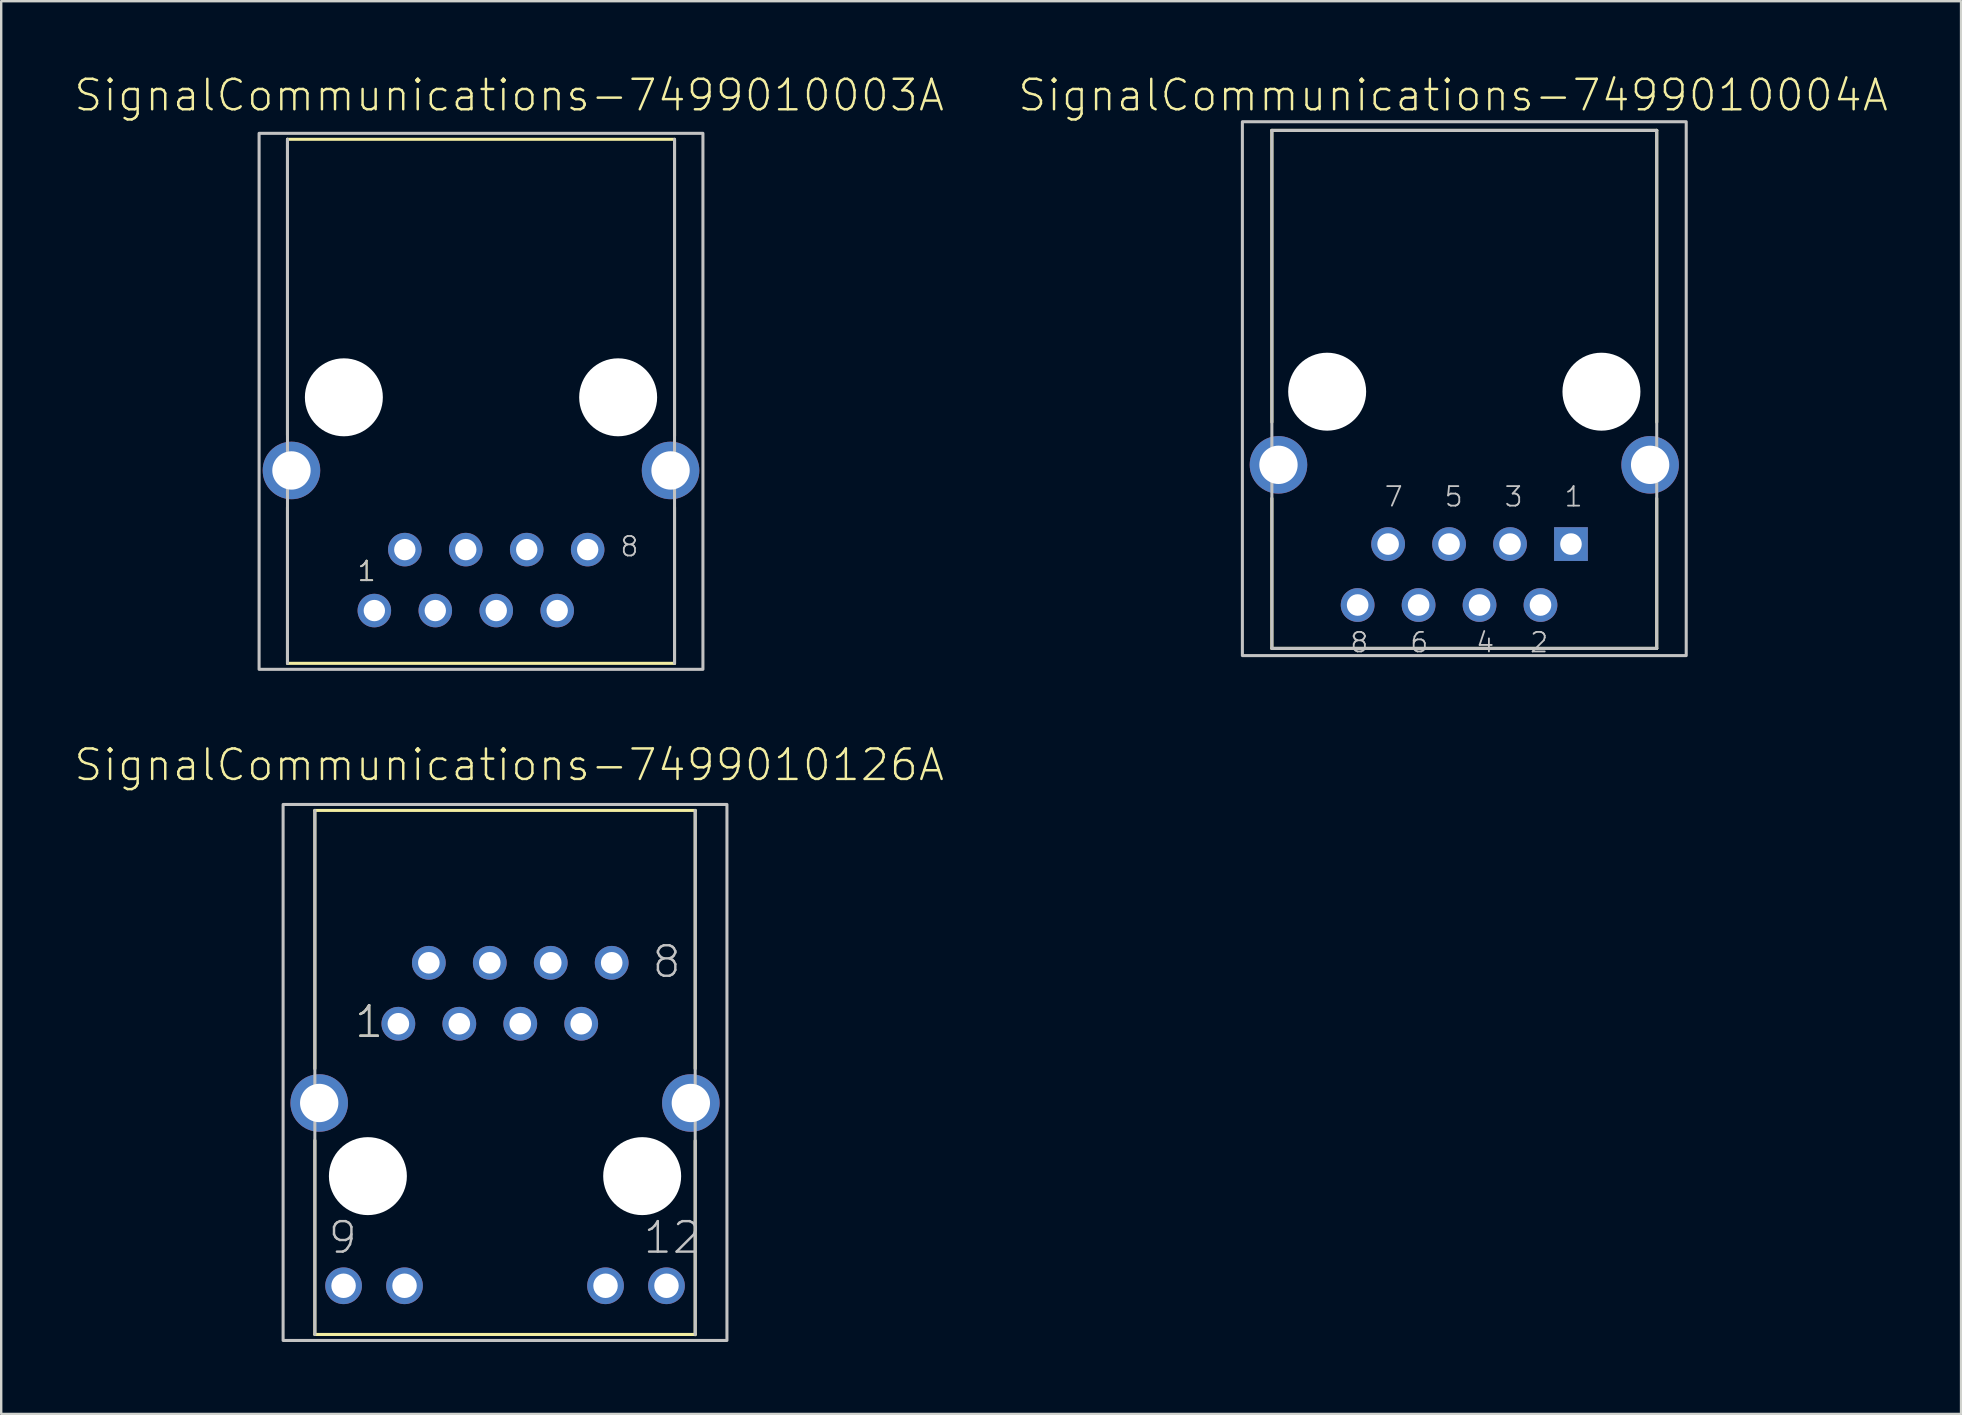
<source format=kicad_pcb>
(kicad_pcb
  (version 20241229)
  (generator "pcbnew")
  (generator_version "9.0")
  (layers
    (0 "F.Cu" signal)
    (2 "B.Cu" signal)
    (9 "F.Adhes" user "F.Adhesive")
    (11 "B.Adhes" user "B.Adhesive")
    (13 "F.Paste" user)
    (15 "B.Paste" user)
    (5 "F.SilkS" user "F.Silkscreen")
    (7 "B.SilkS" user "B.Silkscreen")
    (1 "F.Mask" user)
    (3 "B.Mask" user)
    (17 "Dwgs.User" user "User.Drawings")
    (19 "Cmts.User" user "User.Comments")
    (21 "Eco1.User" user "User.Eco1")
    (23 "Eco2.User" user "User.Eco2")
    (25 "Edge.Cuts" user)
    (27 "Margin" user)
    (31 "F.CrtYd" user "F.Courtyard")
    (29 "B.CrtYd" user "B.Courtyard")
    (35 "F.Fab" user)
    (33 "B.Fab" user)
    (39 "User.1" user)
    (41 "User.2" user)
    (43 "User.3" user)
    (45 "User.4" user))
  (footprint "SignalCommunications-7499010126A"
    (layer "F.Cu")
    (at 17.996 45.963)
    (property "Reference" "SignalCommunications-7499010126A" (at 0.173 -17.135 0) (layer "F.SilkS") (effects (font (size 1.27 1.27) (thickness 0.102))))
    (attr exclude_from_pos_files exclude_from_bom)
    (fp_line (start -7.925 -15.24) (end 7.925 -15.24) (stroke (width 0.127) (type solid)) (layer "F.SilkS"))
    (fp_line (start -7.925 -4.478) (end -7.925 -15.24) (stroke (width 0.127) (type solid)) (layer "F.SilkS"))
    (fp_line (start -7.925 -1.488) (end -7.925 6.599) (stroke (width 0.127) (type solid)) (layer "F.SilkS"))
    (fp_line (start 7.925 -4.478) (end 7.925 -15.24) (stroke (width 0.127) (type solid)) (layer "F.SilkS"))
    (fp_line (start 7.925 -1.478) (end 7.925 6.609) (stroke (width 0.127) (type solid)) (layer "F.SilkS"))
    (fp_line (start 7.925 6.599) (end -7.925 6.599) (stroke (width 0.127) (type solid)) (layer "F.SilkS"))
    (fp_line (start -7.925 6.599) (end -7.925 -15.24) (stroke (width 0.127) (type solid)) (layer "Dwgs.User"))
    (fp_line (start 7.925 -15.24) (end 7.925 6.599) (stroke (width 0.127) (type solid)) (layer "Dwgs.User"))
    (fp_poly (pts (xy -9.248 -15.489) (xy 9.248 -15.489) (xy 9.248 6.848) (xy -9.248 6.848) (xy -9.248 -15.489)) (stroke (width 0.127) (type solid)) (fill no) (layer "Dwgs.User"))
    (fp_text user "1" (at -5.664 -6.434 0) (layer "F.SilkS") (effects (font (size 1.27 1.27) (thickness 0.102))))
    (fp_text user "12" (at 6.97 2.563 0) (layer "Dwgs.User") (effects (font (size 1.27 1.27) (thickness 0.102))))
    (fp_text user "9" (at -6.764 2.563 0) (layer "Dwgs.User") (effects (font (size 1.27 1.27) (thickness 0.102))))
    (fp_text user "1" (at -5.664 -6.434 0) (layer "Dwgs.User") (effects (font (size 1.27 1.27) (thickness 0.102))))
    (fp_text user "8" (at 6.734 -8.933 0) (layer "Dwgs.User") (effects (font (size 1.27 1.27) (thickness 0.102))))
    (pad "" np_thru_hole circle (at -5.715 0) (size 3.249 3.249) (drill 3.249) (layers "*.Cu" "*.Mask"))
    (pad "" np_thru_hole circle (at 5.715 0) (size 3.249 3.249) (drill 3.249) (layers "*.Cu" "*.Mask"))
    (pad "1" thru_hole circle (at -4.445 -6.35) (size 1.407 1.407) (drill 0.899) (layers "*.Cu" "*.Paste" "*.Mask"))
    (pad "2" thru_hole circle (at -3.175 -8.89) (size 1.407 1.407) (drill 0.899) (layers "*.Cu" "*.Paste" "*.Mask"))
    (pad "3" thru_hole circle (at -1.905 -6.35) (size 1.407 1.407) (drill 0.899) (layers "*.Cu" "*.Paste" "*.Mask"))
    (pad "4" thru_hole circle (at -0.635 -8.89) (size 1.407 1.407) (drill 0.899) (layers "*.Cu" "*.Paste" "*.Mask"))
    (pad "5" thru_hole circle (at 0.635 -6.35) (size 1.407 1.407) (drill 0.899) (layers "*.Cu" "*.Paste" "*.Mask"))
    (pad "6" thru_hole circle (at 1.905 -8.89) (size 1.407 1.407) (drill 0.899) (layers "*.Cu" "*.Paste" "*.Mask"))
    (pad "7" thru_hole circle (at 3.175 -6.35) (size 1.407 1.407) (drill 0.899) (layers "*.Cu" "*.Paste" "*.Mask"))
    (pad "8" thru_hole circle (at 4.445 -8.89) (size 1.407 1.407) (drill 0.899) (layers "*.Cu" "*.Paste" "*.Mask"))
    (pad "9" thru_hole circle (at -6.728 4.569) (size 1.529 1.529) (drill 1.019) (layers "*.Cu" "*.Paste" "*.Mask"))
    (pad "10" thru_hole circle (at -4.188 4.569) (size 1.529 1.529) (drill 1.019) (layers "*.Cu" "*.Paste" "*.Mask"))
    (pad "11" thru_hole circle (at 4.188 4.569) (size 1.529 1.529) (drill 1.019) (layers "*.Cu" "*.Paste" "*.Mask"))
    (pad "12" thru_hole circle (at 6.728 4.569) (size 1.529 1.529) (drill 1.019) (layers "*.Cu" "*.Paste" "*.Mask"))
    (pad "SHEL" thru_hole circle (at -7.744 -3.048) (size 2.398 2.398) (drill 1.598) (layers "*.Cu" "*.Paste" "*.Mask"))
    (pad "SHEL" thru_hole circle (at 7.744 -3.048) (size 2.398 2.398) (drill 1.598) (layers "*.Cu" "*.Paste" "*.Mask")))
  (footprint "SignalCommunications-7499010003A"
    (layer "F.Cu")
    (at 16.995 16.555)
    (property "Reference" "SignalCommunications-7499010003A" (at 1.173 -15.634 0) (layer "F.SilkS") (effects (font (size 1.27 1.27) (thickness 0.102))))
    (attr exclude_from_pos_files exclude_from_bom)
    (fp_line (start -8.065 -13.8) (end 8.065 -13.8) (stroke (width 0.127) (type solid)) (layer "F.SilkS"))
    (fp_line (start -8.065 -1.468) (end -8.065 -13.8) (stroke (width 0.127) (type solid)) (layer "F.SilkS"))
    (fp_line (start -8.065 1.539) (end -8.065 8.039) (stroke (width 0.127) (type solid)) (layer "F.SilkS"))
    (fp_line (start 8.065 -1.438) (end 8.065 -13.769) (stroke (width 0.127) (type solid)) (layer "F.SilkS"))
    (fp_line (start 8.065 1.539) (end 8.065 8.039) (stroke (width 0.127) (type solid)) (layer "F.SilkS"))
    (fp_line (start 8.065 8.039) (end -8.065 8.039) (stroke (width 0.127) (type solid)) (layer "F.SilkS"))
    (fp_line (start -8.065 8.039) (end -8.065 -13.8) (stroke (width 0.127) (type solid)) (layer "Dwgs.User"))
    (fp_line (start 8.065 -13.8) (end 8.065 8.039) (stroke (width 0.127) (type solid)) (layer "Dwgs.User"))
    (fp_poly (pts (xy -9.248 -14.049) (xy 9.248 -14.049) (xy 9.248 8.288) (xy -9.248 8.288) (xy -9.248 -14.049)) (stroke (width 0.127) (type solid)) (fill no) (layer "Dwgs.User"))
    (fp_text user "1" (at -4.763 4.201 0) (layer "F.SilkS") (effects (font (size 0.813 0.813) (thickness 0.076))))
    (fp_text user "8" (at 6.185 3.172 0) (layer "Dwgs.User") (effects (font (size 0.813 0.813) (thickness 0.076))))
    (fp_text user "1" (at -4.773 4.201 0) (layer "Dwgs.User") (effects (font (size 0.813 0.813) (thickness 0.076))))
    (pad "" np_thru_hole circle (at -5.715 -3.048) (size 3.249 3.249) (drill 3.249) (layers "*.Cu" "*.Mask"))
    (pad "" np_thru_hole circle (at 5.715 -3.048) (size 3.249 3.249) (drill 3.249) (layers "*.Cu" "*.Mask"))
    (pad "1" thru_hole circle (at -4.445 5.839) (size 1.397 1.397) (drill 0.889) (layers "*.Cu" "*.Paste" "*.Mask"))
    (pad "2" thru_hole circle (at -3.175 3.299) (size 1.397 1.397) (drill 0.889) (layers "*.Cu" "*.Paste" "*.Mask"))
    (pad "3" thru_hole circle (at -1.905 5.839) (size 1.397 1.397) (drill 0.889) (layers "*.Cu" "*.Paste" "*.Mask"))
    (pad "4" thru_hole circle (at -0.635 3.299) (size 1.397 1.397) (drill 0.889) (layers "*.Cu" "*.Paste" "*.Mask"))
    (pad "5" thru_hole circle (at 0.635 5.839) (size 1.397 1.397) (drill 0.889) (layers "*.Cu" "*.Paste" "*.Mask"))
    (pad "6" thru_hole circle (at 1.905 3.299) (size 1.397 1.397) (drill 0.889) (layers "*.Cu" "*.Paste" "*.Mask"))
    (pad "7" thru_hole circle (at 3.175 5.839) (size 1.397 1.397) (drill 0.889) (layers "*.Cu" "*.Paste" "*.Mask"))
    (pad "8" thru_hole circle (at 4.445 3.299) (size 1.397 1.397) (drill 0.889) (layers "*.Cu" "*.Paste" "*.Mask"))
    (pad "SHEL" thru_hole circle (at -7.899 0) (size 2.398 2.398) (drill 1.598) (layers "*.Cu" "*.Paste" "*.Mask"))
    (pad "SHEL" thru_hole circle (at 7.899 0) (size 2.398 2.398) (drill 1.598) (layers "*.Cu" "*.Paste" "*.Mask")))
  (footprint "SignalCommunications-7499010004A"
    (layer "F.Cu")
    (at 57.972 13.273)
    (property "Reference" "SignalCommunications-7499010004A" (at -0.467 -12.352 0) (layer "F.SilkS") (effects (font (size 1.27 1.27) (thickness 0.102))))
    (attr exclude_from_pos_files exclude_from_bom)
    (fp_line (start -8.019 -10.889) (end 8.019 -10.889) (stroke (width 0.127) (type solid)) (layer "F.SilkS"))
    (fp_line (start -8.019 1.27) (end -8.019 -10.889) (stroke (width 0.127) (type solid)) (layer "F.SilkS"))
    (fp_line (start -8.019 10.698) (end -8.019 4.445) (stroke (width 0.127) (type solid)) (layer "F.SilkS"))
    (fp_line (start -8.019 10.698) (end 8.019 10.698) (stroke (width 0.127) (type solid)) (layer "F.SilkS"))
    (fp_line (start 8.019 1.27) (end 8.019 -10.889) (stroke (width 0.127) (type solid)) (layer "F.SilkS"))
    (fp_line (start 8.019 10.698) (end 8.019 4.445) (stroke (width 0.127) (type solid)) (layer "F.SilkS"))
    (fp_line (start -8.019 -10.889) (end -8.019 10.698) (stroke (width 0.127) (type solid)) (layer "Dwgs.User"))
    (fp_line (start -8.019 -10.889) (end 8.019 -10.889) (stroke (width 0.127) (type solid)) (layer "Dwgs.User"))
    (fp_line (start -8.019 10.698) (end 8.019 10.698) (stroke (width 0.127) (type solid)) (layer "Dwgs.User"))
    (fp_line (start 8.019 10.698) (end 8.019 -10.889) (stroke (width 0.127) (type solid)) (layer "Dwgs.User"))
    (fp_poly (pts (xy -9.248 -11.25) (xy 9.248 -11.25) (xy 9.248 10.998) (xy -9.248 10.998) (xy -9.248 -11.25)) (stroke (width 0.127) (type solid)) (fill no) (layer "Dwgs.User"))
    (fp_text user "2" (at 3.119 10.452 180) (layer "Dwgs.User") (effects (font (size 0.813 0.813) (thickness 0.076))))
    (fp_text user "4" (at 0.871 10.452 180) (layer "Dwgs.User") (effects (font (size 0.813 0.813) (thickness 0.076))))
    (fp_text user "8" (at -4.376 10.452 180) (layer "Dwgs.User") (effects (font (size 0.813 0.813) (thickness 0.076))))
    (fp_text user "6" (at -1.877 10.452 180) (layer "Dwgs.User") (effects (font (size 0.813 0.813) (thickness 0.076))))
    (fp_text user "3" (at 2.055 4.376 180) (layer "Dwgs.User") (effects (font (size 0.813 0.813) (thickness 0.076))))
    (fp_text user "5" (at -0.442 4.376 180) (layer "Dwgs.User") (effects (font (size 0.813 0.813) (thickness 0.076))))
    (fp_text user "7" (at -2.941 4.376 180) (layer "Dwgs.User") (effects (font (size 0.813 0.813) (thickness 0.076))))
    (fp_text user "1" (at 4.554 4.376 180) (layer "Dwgs.User") (effects (font (size 0.813 0.813) (thickness 0.076))))
    (pad "" np_thru_hole circle (at -5.715 0) (size 3.249 3.249) (drill 3.249) (layers "*.Cu" "*.Mask"))
    (pad "" np_thru_hole circle (at 5.715 0) (size 3.249 3.249) (drill 3.249) (layers "*.Cu" "*.Mask"))
    (pad "1" thru_hole rect (at 4.445 6.35) (size 1.407 1.407) (drill 0.899) (layers "*.Cu" "*.Paste" "*.Mask"))
    (pad "2" thru_hole circle (at 3.175 8.89) (size 1.407 1.407) (drill 0.899) (layers "*.Cu" "*.Paste" "*.Mask"))
    (pad "3" thru_hole circle (at 1.905 6.35) (size 1.407 1.407) (drill 0.899) (layers "*.Cu" "*.Paste" "*.Mask"))
    (pad "4" thru_hole circle (at 0.635 8.89) (size 1.407 1.407) (drill 0.899) (layers "*.Cu" "*.Paste" "*.Mask"))
    (pad "5" thru_hole circle (at -0.635 6.35) (size 1.407 1.407) (drill 0.899) (layers "*.Cu" "*.Paste" "*.Mask"))
    (pad "6" thru_hole circle (at -1.905 8.89) (size 1.407 1.407) (drill 0.899) (layers "*.Cu" "*.Paste" "*.Mask"))
    (pad "7" thru_hole circle (at -3.175 6.35) (size 1.407 1.407) (drill 0.899) (layers "*.Cu" "*.Paste" "*.Mask"))
    (pad "8" thru_hole circle (at -4.445 8.89) (size 1.407 1.407) (drill 0.899) (layers "*.Cu" "*.Paste" "*.Mask"))
    (pad "Z1" thru_hole circle (at -7.744 3.048) (size 2.398 2.398) (drill 1.598) (layers "*.Cu" "*.Paste" "*.Mask"))
    (pad "Z2" thru_hole circle (at 7.744 3.048) (size 2.398 2.398) (drill 1.598) (layers "*.Cu" "*.Paste" "*.Mask")))
  (gr_rect
    (start -3 -3)
    (end 78.673 55.874)
    (stroke (width 0.1) (type default))
    (fill no)
    (layer "Edge.Cuts")))
</source>
